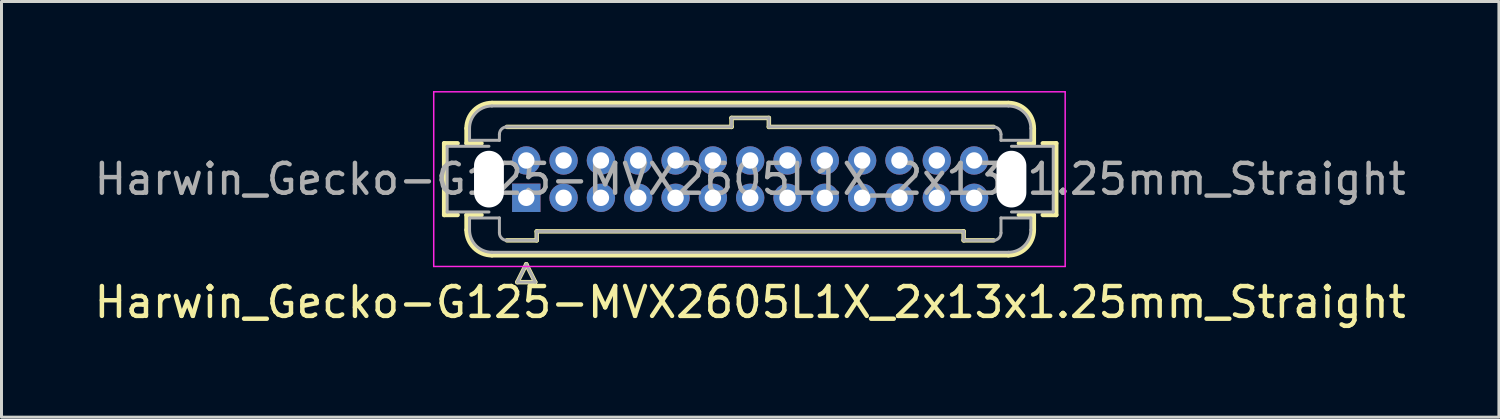
<source format=kicad_pcb>
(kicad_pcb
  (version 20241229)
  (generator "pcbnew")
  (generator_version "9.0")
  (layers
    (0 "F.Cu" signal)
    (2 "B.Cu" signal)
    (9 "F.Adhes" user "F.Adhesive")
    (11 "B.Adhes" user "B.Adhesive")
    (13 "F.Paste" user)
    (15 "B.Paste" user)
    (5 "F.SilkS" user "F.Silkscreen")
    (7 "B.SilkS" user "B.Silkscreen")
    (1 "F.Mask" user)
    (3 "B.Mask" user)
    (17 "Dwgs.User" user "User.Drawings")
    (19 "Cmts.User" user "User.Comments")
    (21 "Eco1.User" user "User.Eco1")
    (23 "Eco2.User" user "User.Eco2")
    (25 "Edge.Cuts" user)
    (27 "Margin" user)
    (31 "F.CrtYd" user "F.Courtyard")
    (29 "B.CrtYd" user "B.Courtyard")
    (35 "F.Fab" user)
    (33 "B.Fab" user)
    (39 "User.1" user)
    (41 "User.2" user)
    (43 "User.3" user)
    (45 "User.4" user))
  (footprint "Harwin_Gecko-G125-MVX2605L1X_2x13x1.25mm_Straight"
    (layer "F.Cu")
    (at 14.577 3.575)
    (property "Reference" "Harwin_Gecko-G125-MVX2605L1X_2x13x1.25mm_Straight" (at 7.5 3.5 0) (layer "F.SilkS") (effects (font (size 1 1) (thickness 0.15))))
    (attr through_hole)
    (fp_line (start -2.75 -1.825) (end -2.75 0.575) (stroke (width 0.15) (type solid)) (layer "F.SilkS"))
    (fp_line (start -2.75 0.575) (end -2.3 0.575) (stroke (width 0.15) (type solid)) (layer "F.SilkS"))
    (fp_line (start -2.3 -1.825) (end -2.75 -1.825) (stroke (width 0.15) (type solid)) (layer "F.SilkS"))
    (fp_line (start -2 -1.825) (end -2 -2.325) (stroke (width 0.15) (type solid)) (layer "F.SilkS"))
    (fp_line (start -2 -1.825) (end -1.5 -1.825) (stroke (width 0.15) (type solid)) (layer "F.SilkS"))
    (fp_line (start -2 0.575) (end -1.5 0.575) (stroke (width 0.15) (type solid)) (layer "F.SilkS"))
    (fp_line (start -2 1.075) (end -2 0.575) (stroke (width 0.15) (type solid)) (layer "F.SilkS"))
    (fp_line (start -1.15 -3.175) (end 16.15 -3.175) (stroke (width 0.15) (type solid)) (layer "F.SilkS"))
    (fp_line (start -1.15 1.925) (end 16.15 1.925) (stroke (width 0.15) (type solid)) (layer "F.SilkS"))
    (fp_line (start -0.65 -2.375) (end 6.875 -2.375) (stroke (width 0.15) (type solid)) (layer "F.SilkS"))
    (fp_line (start -0.65 1.425) (end 0.35 1.425) (stroke (width 0.15) (type solid)) (layer "F.SilkS"))
    (fp_line (start -0.3 2.825) (end 0.3 2.825) (stroke (width 0.15) (type solid)) (layer "F.SilkS"))
    (fp_line (start 0 2.225) (end -0.3 2.825) (stroke (width 0.15) (type solid)) (layer "F.SilkS"))
    (fp_line (start 0.3 2.825) (end 0 2.225) (stroke (width 0.15) (type solid)) (layer "F.SilkS"))
    (fp_line (start 0.35 1.125) (end 14.65 1.125) (stroke (width 0.15) (type solid)) (layer "F.SilkS"))
    (fp_line (start 0.35 1.425) (end 0.35 1.125) (stroke (width 0.15) (type solid)) (layer "F.SilkS"))
    (fp_line (start 6.875 -2.675) (end 8.125 -2.675) (stroke (width 0.15) (type solid)) (layer "F.SilkS"))
    (fp_line (start 6.875 -2.375) (end 6.875 -2.675) (stroke (width 0.15) (type solid)) (layer "F.SilkS"))
    (fp_line (start 8.125 -2.675) (end 8.125 -2.375) (stroke (width 0.15) (type solid)) (layer "F.SilkS"))
    (fp_line (start 8.125 -2.375) (end 15.65 -2.375) (stroke (width 0.15) (type solid)) (layer "F.SilkS"))
    (fp_line (start 14.65 1.125) (end 14.65 1.425) (stroke (width 0.15) (type solid)) (layer "F.SilkS"))
    (fp_line (start 14.65 1.425) (end 15.65 1.425) (stroke (width 0.15) (type solid)) (layer "F.SilkS"))
    (fp_line (start 17 -2.325) (end 17 -1.825) (stroke (width 0.15) (type solid)) (layer "F.SilkS"))
    (fp_line (start 17 -1.825) (end 16.5 -1.825) (stroke (width 0.15) (type solid)) (layer "F.SilkS"))
    (fp_line (start 17 0.575) (end 16.5 0.575) (stroke (width 0.15) (type solid)) (layer "F.SilkS"))
    (fp_line (start 17 1.075) (end 17 0.575) (stroke (width 0.15) (type solid)) (layer "F.SilkS"))
    (fp_line (start 17.3 0.575) (end 17.75 0.575) (stroke (width 0.15) (type solid)) (layer "F.SilkS"))
    (fp_line (start 17.75 -1.825) (end 17.3 -1.825) (stroke (width 0.15) (type solid)) (layer "F.SilkS"))
    (fp_line (start 17.75 -1.825) (end 17.75 0.575) (stroke (width 0.15) (type solid)) (layer "F.SilkS"))
    (fp_arc (start -2 -2.325) (mid -1.751041 -2.926041) (end -1.15 -3.175) (stroke (width 0.15) (type solid)) (layer "F.SilkS"))
    (fp_arc (start -1.15 1.925) (mid -1.751041 1.676041) (end -2 1.075) (stroke (width 0.15) (type solid)) (layer "F.SilkS"))
    (fp_arc (start 16.15 -3.175) (mid 16.751041 -2.926041) (end 17 -2.325) (stroke (width 0.15) (type solid)) (layer "F.SilkS"))
    (fp_arc (start 17 1.075) (mid 16.751041 1.676041) (end 16.15 1.925) (stroke (width 0.15) (type solid)) (layer "F.SilkS"))
    (fp_line (start -3.1 -3.55) (end -3.1 2.3) (stroke (width 0.05) (type solid)) (layer "F.CrtYd"))
    (fp_line (start -3.1 2.3) (end 18.05 2.3) (stroke (width 0.05) (type solid)) (layer "F.CrtYd"))
    (fp_line (start 18.05 -3.55) (end -3.1 -3.55) (stroke (width 0.05) (type solid)) (layer "F.CrtYd"))
    (fp_line (start 18.05 2.3) (end 18.05 -3.55) (stroke (width 0.05) (type solid)) (layer "F.CrtYd"))
    (fp_line (start -2.65 0.475) (end -2.65 -1.725) (stroke (width 0.1) (type solid)) (layer "F.Fab"))
    (fp_line (start -2.65 0.475) (end -1.25 0.475) (stroke (width 0.1) (type solid)) (layer "F.Fab"))
    (fp_line (start -1.9 -2.325) (end -1.9 -1.925) (stroke (width 0.1) (type solid)) (layer "F.Fab"))
    (fp_line (start -1.9 -1.925) (end -0.9 -1.925) (stroke (width 0.1) (type solid)) (layer "F.Fab"))
    (fp_line (start -1.9 0.675) (end -0.9 0.675) (stroke (width 0.1) (type solid)) (layer "F.Fab"))
    (fp_line (start -1.9 1.075) (end -1.9 0.675) (stroke (width 0.1) (type solid)) (layer "F.Fab"))
    (fp_line (start -1.25 -1.725) (end -2.65 -1.725) (stroke (width 0.1) (type solid)) (layer "F.Fab"))
    (fp_line (start -1.15 -3.075) (end 16.15 -3.075) (stroke (width 0.1) (type solid)) (layer "F.Fab"))
    (fp_line (start -1.15 1.825) (end 16.15 1.825) (stroke (width 0.1) (type solid)) (layer "F.Fab"))
    (fp_line (start -0.9 -2.125) (end -0.9 -1.925) (stroke (width 0.1) (type solid)) (layer "F.Fab"))
    (fp_line (start -0.9 1.175) (end -0.9 0.675) (stroke (width 0.1) (type solid)) (layer "F.Fab"))
    (fp_line (start -0.65 -2.375) (end 6.875 -2.375) (stroke (width 0.1) (type solid)) (layer "F.Fab"))
    (fp_line (start -0.65 1.425) (end 0.35 1.425) (stroke (width 0.1) (type solid)) (layer "F.Fab"))
    (fp_line (start -0.3 2.825) (end 0.3 2.825) (stroke (width 0.1) (type solid)) (layer "F.Fab"))
    (fp_line (start 0 2.225) (end -0.3 2.825) (stroke (width 0.1) (type solid)) (layer "F.Fab"))
    (fp_line (start 0.3 2.825) (end 0 2.225) (stroke (width 0.1) (type solid)) (layer "F.Fab"))
    (fp_line (start 0.35 1.125) (end 14.65 1.125) (stroke (width 0.1) (type solid)) (layer "F.Fab"))
    (fp_line (start 0.35 1.425) (end 0.35 1.125) (stroke (width 0.1) (type solid)) (layer "F.Fab"))
    (fp_line (start 6.875 -2.675) (end 8.125 -2.675) (stroke (width 0.1) (type solid)) (layer "F.Fab"))
    (fp_line (start 6.875 -2.375) (end 6.875 -2.675) (stroke (width 0.1) (type solid)) (layer "F.Fab"))
    (fp_line (start 8.125 -2.675) (end 8.125 -2.375) (stroke (width 0.1) (type solid)) (layer "F.Fab"))
    (fp_line (start 8.125 -2.375) (end 15.65 -2.375) (stroke (width 0.1) (type solid)) (layer "F.Fab"))
    (fp_line (start 14.65 1.125) (end 14.65 1.425) (stroke (width 0.1) (type solid)) (layer "F.Fab"))
    (fp_line (start 14.65 1.425) (end 15.65 1.425) (stroke (width 0.1) (type solid)) (layer "F.Fab"))
    (fp_line (start 15.9 -2.125) (end 15.9 -1.925) (stroke (width 0.1) (type solid)) (layer "F.Fab"))
    (fp_line (start 15.9 1.175) (end 15.9 0.675) (stroke (width 0.1) (type solid)) (layer "F.Fab"))
    (fp_line (start 16.25 0.475) (end 17.65 0.475) (stroke (width 0.1) (type solid)) (layer "F.Fab"))
    (fp_line (start 16.9 -2.325) (end 16.9 -1.925) (stroke (width 0.1) (type solid)) (layer "F.Fab"))
    (fp_line (start 16.9 -1.925) (end 15.9 -1.925) (stroke (width 0.1) (type solid)) (layer "F.Fab"))
    (fp_line (start 16.9 0.675) (end 15.9 0.675) (stroke (width 0.1) (type solid)) (layer "F.Fab"))
    (fp_line (start 16.9 1.075) (end 16.9 0.675) (stroke (width 0.1) (type solid)) (layer "F.Fab"))
    (fp_line (start 17.65 -1.725) (end 16.25 -1.725) (stroke (width 0.1) (type solid)) (layer "F.Fab"))
    (fp_line (start 17.65 -1.725) (end 17.65 0.475) (stroke (width 0.1) (type solid)) (layer "F.Fab"))
    (fp_arc (start -1.9 -2.325) (mid -1.68033 -2.85533) (end -1.15 -3.075) (stroke (width 0.1) (type solid)) (layer "F.Fab"))
    (fp_arc (start -1.15 1.825) (mid -1.68033 1.60533) (end -1.9 1.075) (stroke (width 0.1) (type solid)) (layer "F.Fab"))
    (fp_arc (start -0.9 -2.125) (mid -0.826777 -2.301777) (end -0.65 -2.375) (stroke (width 0.1) (type solid)) (layer "F.Fab"))
    (fp_arc (start -0.65 1.425) (mid -0.826777 1.351777) (end -0.9 1.175) (stroke (width 0.1) (type solid)) (layer "F.Fab"))
    (fp_arc (start 15.65 -2.375) (mid 15.826777 -2.301777) (end 15.9 -2.125) (stroke (width 0.1) (type solid)) (layer "F.Fab"))
    (fp_arc (start 15.9 1.175) (mid 15.826777 1.351777) (end 15.65 1.425) (stroke (width 0.1) (type solid)) (layer "F.Fab"))
    (fp_arc (start 16.15 -3.075) (mid 16.68033 -2.85533) (end 16.9 -2.325) (stroke (width 0.1) (type solid)) (layer "F.Fab"))
    (fp_arc (start 16.9 1.075) (mid 16.68033 1.60533) (end 16.15 1.825) (stroke (width 0.1) (type solid)) (layer "F.Fab"))
    (fp_text user "${REFERENCE}" (at 7.5 -0.625 0) (layer "F.Fab") (effects (font (size 1 1) (thickness 0.15))))
    (pad "" np_thru_hole oval (at -1.25 -0.625) (size 1 1.9) (drill oval 1 1.9) (layers "*.Cu" "*.Mask"))
    (pad "" np_thru_hole oval (at 16.25 -0.625) (size 1 1.9) (drill oval 1 1.9) (layers "*.Cu" "*.Mask"))
    (pad "1" thru_hole rect (at 0 0) (size 0.95 0.95) (drill 0.55) (layers "*.Cu" "*.Mask"))
    (pad "2" thru_hole circle (at 1.25 0) (size 0.95 0.95) (drill 0.55) (layers "*.Cu" "*.Mask"))
    (pad "3" thru_hole circle (at 2.5 0) (size 0.95 0.95) (drill 0.55) (layers "*.Cu" "*.Mask"))
    (pad "4" thru_hole circle (at 3.75 0) (size 0.95 0.95) (drill 0.55) (layers "*.Cu" "*.Mask"))
    (pad "5" thru_hole circle (at 5 0) (size 0.95 0.95) (drill 0.55) (layers "*.Cu" "*.Mask"))
    (pad "6" thru_hole circle (at 6.25 0) (size 0.95 0.95) (drill 0.55) (layers "*.Cu" "*.Mask"))
    (pad "7" thru_hole circle (at 7.5 0) (size 0.95 0.95) (drill 0.55) (layers "*.Cu" "*.Mask"))
    (pad "8" thru_hole circle (at 8.75 0) (size 0.95 0.95) (drill 0.55) (layers "*.Cu" "*.Mask"))
    (pad "9" thru_hole circle (at 10 0) (size 0.95 0.95) (drill 0.55) (layers "*.Cu" "*.Mask"))
    (pad "10" thru_hole circle (at 11.25 0) (size 0.95 0.95) (drill 0.55) (layers "*.Cu" "*.Mask"))
    (pad "11" thru_hole circle (at 12.5 0) (size 0.95 0.95) (drill 0.55) (layers "*.Cu" "*.Mask"))
    (pad "12" thru_hole circle (at 13.75 0) (size 0.95 0.95) (drill 0.55) (layers "*.Cu" "*.Mask"))
    (pad "13" thru_hole circle (at 15 0) (size 0.95 0.95) (drill 0.55) (layers "*.Cu" "*.Mask"))
    (pad "14" thru_hole circle (at 0 -1.25) (size 0.95 0.95) (drill 0.55) (layers "*.Cu" "*.Mask"))
    (pad "15" thru_hole circle (at 1.25 -1.25) (size 0.95 0.95) (drill 0.55) (layers "*.Cu" "*.Mask"))
    (pad "16" thru_hole circle (at 2.5 -1.25) (size 0.95 0.95) (drill 0.55) (layers "*.Cu" "*.Mask"))
    (pad "17" thru_hole circle (at 3.75 -1.25) (size 0.95 0.95) (drill 0.55) (layers "*.Cu" "*.Mask"))
    (pad "18" thru_hole circle (at 5 -1.25) (size 0.95 0.95) (drill 0.55) (layers "*.Cu" "*.Mask"))
    (pad "19" thru_hole circle (at 6.25 -1.25) (size 0.95 0.95) (drill 0.55) (layers "*.Cu" "*.Mask"))
    (pad "20" thru_hole circle (at 7.5 -1.25) (size 0.95 0.95) (drill 0.55) (layers "*.Cu" "*.Mask"))
    (pad "21" thru_hole circle (at 8.75 -1.25) (size 0.95 0.95) (drill 0.55) (layers "*.Cu" "*.Mask"))
    (pad "22" thru_hole circle (at 10 -1.25) (size 0.95 0.95) (drill 0.55) (layers "*.Cu" "*.Mask"))
    (pad "23" thru_hole circle (at 11.25 -1.25) (size 0.95 0.95) (drill 0.55) (layers "*.Cu" "*.Mask"))
    (pad "24" thru_hole circle (at 12.5 -1.25) (size 0.95 0.95) (drill 0.55) (layers "*.Cu" "*.Mask"))
    (pad "25" thru_hole circle (at 13.75 -1.25) (size 0.95 0.95) (drill 0.55) (layers "*.Cu" "*.Mask"))
    (pad "26" thru_hole circle (at 15 -1.25) (size 0.95 0.95) (drill 0.55) (layers "*.Cu" "*.Mask")))
  (gr_rect
    (start -3 -3)
    (end 47.155 10.923)
    (stroke (width 0.1) (type default))
    (fill no)
    (layer "Edge.Cuts")))
</source>
